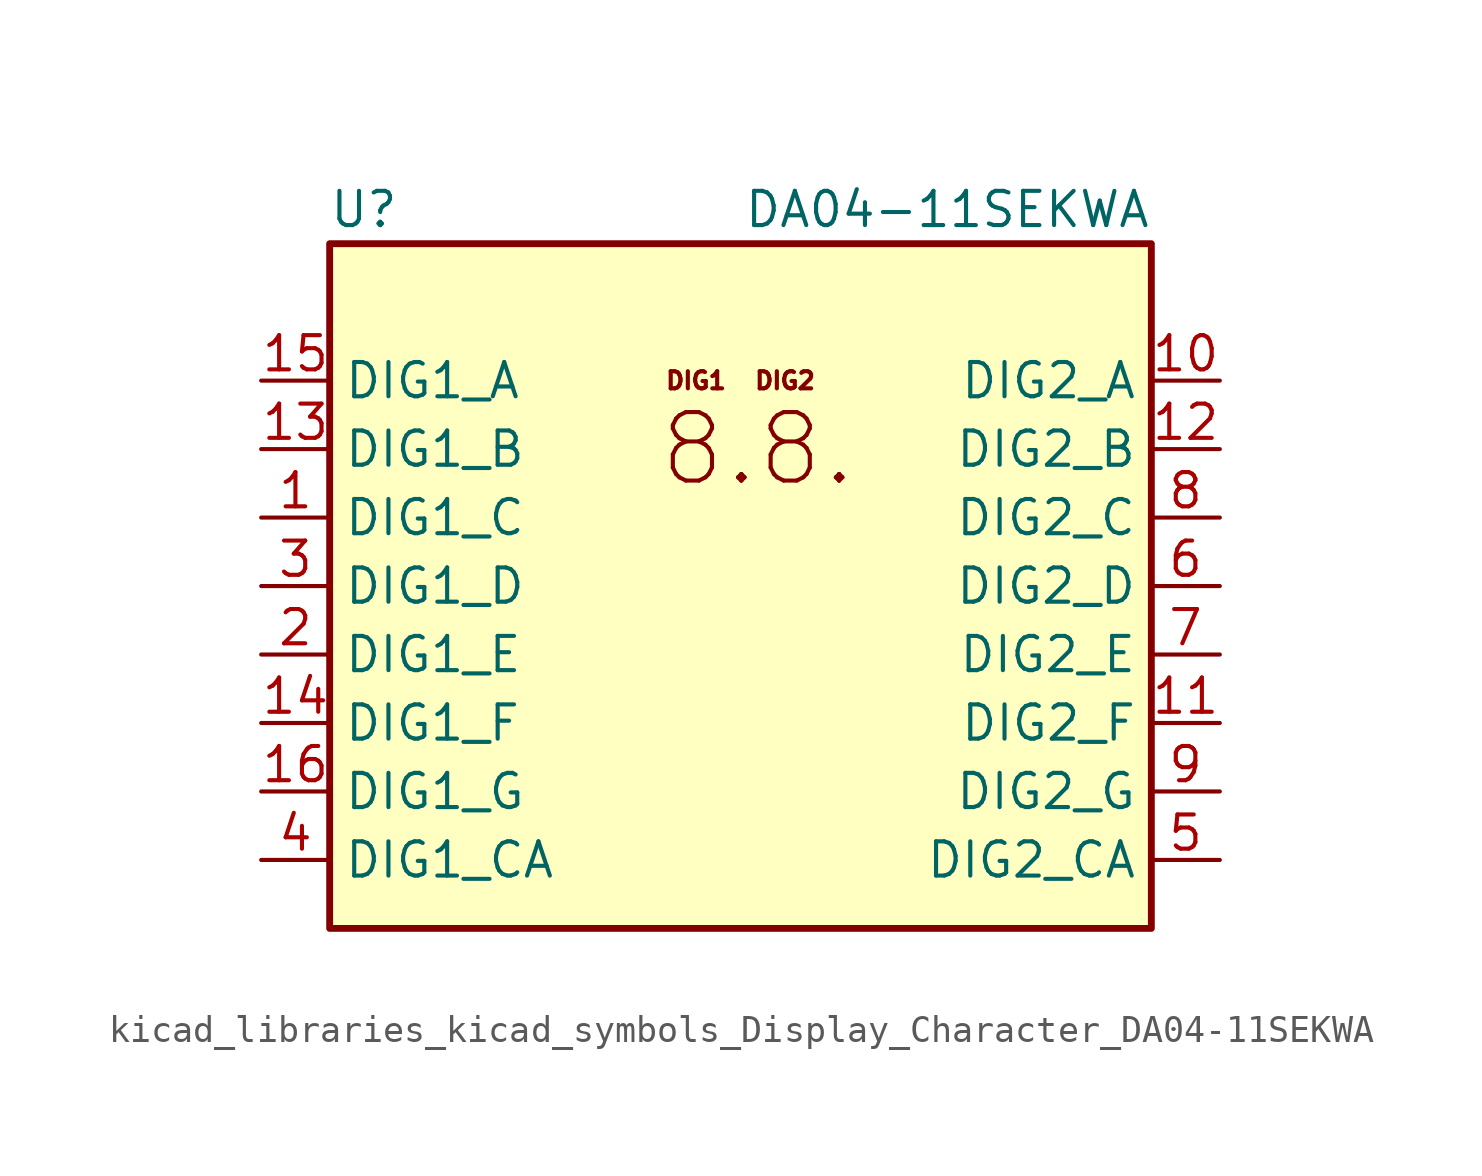
<source format=kicad_sym>
(kicad_symbol_lib
  (version 20220914)
  (generator kicad_symbol_editor)
  (symbol "kicad_libraries_kicad_symbols_Display_Character_DA04-11SEKWA"
    (property "Reference" "U"
      (at -13.97 13.97 0)
      (effects (font (size 1.27 1.27))))
    (property "Value" "DA04-11SEKWA"
      (at 15.24 13.97 0)
      (effects (font (size 1.27 1.27)) (justify right)))
    (symbol "kicad_libraries_kicad_symbols_Display_Character_DA04-11SEKWA_0_0"
      (text "8.8." (at 0.635 5.08 0) (effects (font (size 2.54 2.54))))
      (text "DIG1" (at -1.651 7.62 0) (effects (font (size 0.635 0.635))))
      (text "DIG2" (at 1.651 7.62 0) (effects (font (size 0.635 0.635)))))
    (symbol "kicad_libraries_kicad_symbols_Display_Character_DA04-11SEKWA_0_1"
      (rectangle (start -15.24 12.7) (end 15.24 -12.7) (stroke (width 0.254) (type default)) (fill (type background))))
    (symbol "kicad_libraries_kicad_symbols_Display_Character_DA04-11SEKWA_1_1"
      (pin input line (at -17.78 2.54 0) (length 2.54) (name "DIG1_C" (effects (font (size 1.27 1.27)))) (number "1" (effects (font (size 1.27 1.27)))))
      (pin input line (at 17.78 7.62 180) (length 2.54) (name "DIG2_A" (effects (font (size 1.27 1.27)))) (number "10" (effects (font (size 1.27 1.27)))))
      (pin input line (at 17.78 -5.08 180) (length 2.54) (name "DIG2_F" (effects (font (size 1.27 1.27)))) (number "11" (effects (font (size 1.27 1.27)))))
      (pin input line (at 17.78 5.08 180) (length 2.54) (name "DIG2_B" (effects (font (size 1.27 1.27)))) (number "12" (effects (font (size 1.27 1.27)))))
      (pin input line (at -17.78 5.08 0) (length 2.54) (name "DIG1_B" (effects (font (size 1.27 1.27)))) (number "13" (effects (font (size 1.27 1.27)))))
      (pin input line (at -17.78 -5.08 0) (length 2.54) (name "DIG1_F" (effects (font (size 1.27 1.27)))) (number "14" (effects (font (size 1.27 1.27)))))
      (pin input line (at -17.78 7.62 0) (length 2.54) (name "DIG1_A" (effects (font (size 1.27 1.27)))) (number "15" (effects (font (size 1.27 1.27)))))
      (pin input line (at -17.78 -7.62 0) (length 2.54) (name "DIG1_G" (effects (font (size 1.27 1.27)))) (number "16" (effects (font (size 1.27 1.27)))))
      (pin input line (at -17.78 -2.54 0) (length 2.54) (name "DIG1_E" (effects (font (size 1.27 1.27)))) (number "2" (effects (font (size 1.27 1.27)))))
      (pin input line (at -17.78 0 0) (length 2.54) (name "DIG1_D" (effects (font (size 1.27 1.27)))) (number "3" (effects (font (size 1.27 1.27)))))
      (pin input line (at -17.78 -10.16 0) (length 2.54) (name "DIG1_CA" (effects (font (size 1.27 1.27)))) (number "4" (effects (font (size 1.27 1.27)))))
      (pin input line (at 17.78 -10.16 180) (length 2.54) (name "DIG2_CA" (effects (font (size 1.27 1.27)))) (number "5" (effects (font (size 1.27 1.27)))))
      (pin input line (at 17.78 0 180) (length 2.54) (name "DIG2_D" (effects (font (size 1.27 1.27)))) (number "6" (effects (font (size 1.27 1.27)))))
      (pin input line (at 17.78 -2.54 180) (length 2.54) (name "DIG2_E" (effects (font (size 1.27 1.27)))) (number "7" (effects (font (size 1.27 1.27)))))
      (pin input line (at 17.78 2.54 180) (length 2.54) (name "DIG2_C" (effects (font (size 1.27 1.27)))) (number "8" (effects (font (size 1.27 1.27)))))
      (pin input line (at 17.78 -7.62 180) (length 2.54) (name "DIG2_G" (effects (font (size 1.27 1.27)))) (number "9" (effects (font (size 1.27 1.27))))))))
</source>
